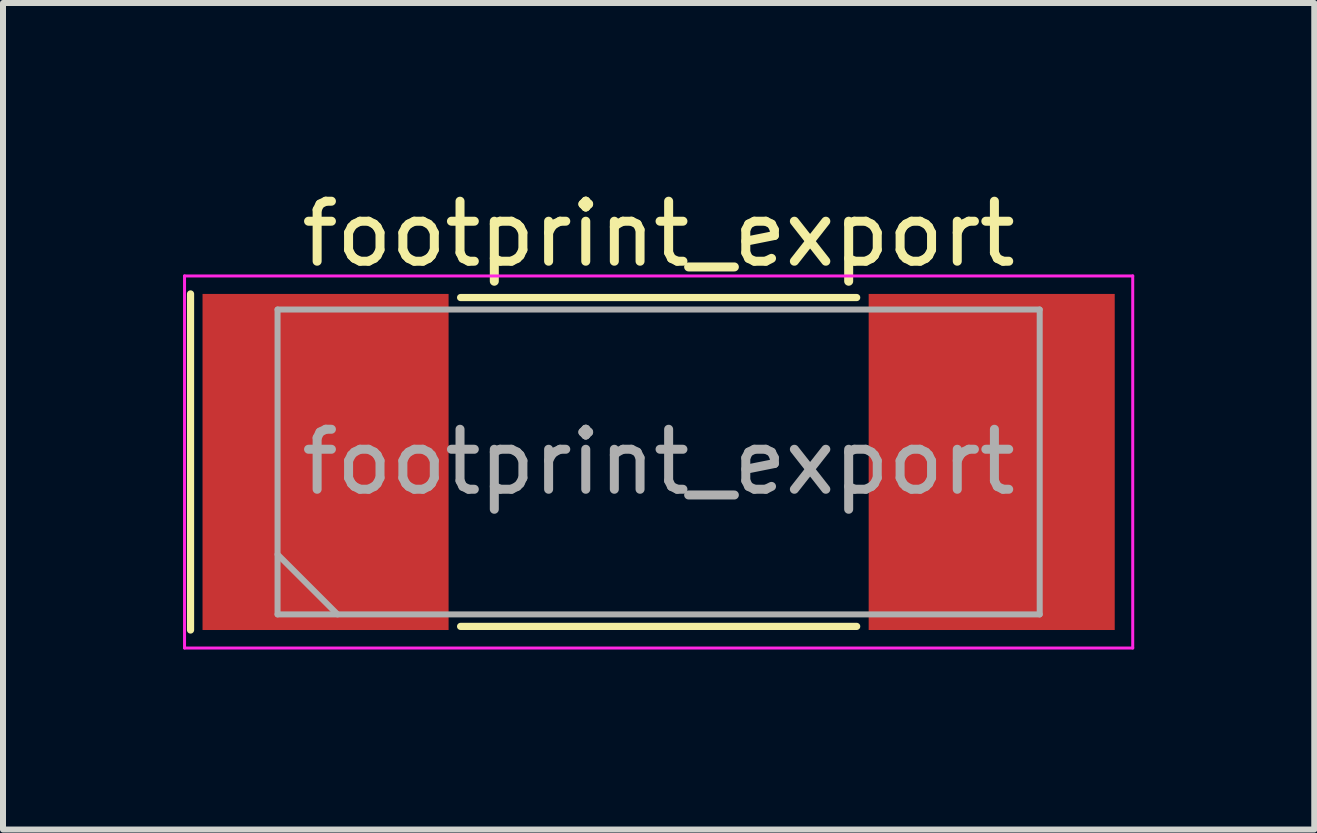
<source format=kicad_pcb>
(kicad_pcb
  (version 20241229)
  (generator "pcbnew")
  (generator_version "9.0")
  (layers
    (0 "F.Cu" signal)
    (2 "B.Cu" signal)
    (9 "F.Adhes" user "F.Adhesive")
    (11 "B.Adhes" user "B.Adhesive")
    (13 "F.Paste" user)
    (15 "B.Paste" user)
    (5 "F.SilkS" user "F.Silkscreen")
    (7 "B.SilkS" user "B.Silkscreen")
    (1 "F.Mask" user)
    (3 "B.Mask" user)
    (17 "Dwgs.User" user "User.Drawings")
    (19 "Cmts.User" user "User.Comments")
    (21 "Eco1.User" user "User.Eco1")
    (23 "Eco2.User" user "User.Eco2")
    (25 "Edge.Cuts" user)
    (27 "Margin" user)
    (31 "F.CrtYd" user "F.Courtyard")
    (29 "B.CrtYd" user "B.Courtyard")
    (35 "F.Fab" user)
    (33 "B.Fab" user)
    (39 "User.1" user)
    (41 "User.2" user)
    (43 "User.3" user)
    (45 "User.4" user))
  (footprint "footprint_export"
    (layer "F.Cu")
    (at 7.925 4.648)
    (property "Reference" "footprint_export" (at 0 -3.8 0) (layer "F.SilkS") (effects (font (size 1 1) (thickness 0.15))))
    (attr smd)
    (fp_line (start -7.8 -2.8) (end -7.8 2.8) (stroke (width 0.12) (type solid)) (layer "F.SilkS"))
    (fp_line (start -3.3 -2.74) (end 3.3 -2.74) (stroke (width 0.12) (type solid)) (layer "F.SilkS"))
    (fp_line (start -3.3 2.74) (end 3.3 2.74) (stroke (width 0.12) (type solid)) (layer "F.SilkS"))
    (fp_line (start -7.9 -3.1) (end -7.9 3.1) (stroke (width 0.05) (type solid)) (layer "F.CrtYd"))
    (fp_line (start -7.9 3.1) (end 7.9 3.1) (stroke (width 0.05) (type solid)) (layer "F.CrtYd"))
    (fp_line (start 7.9 -3.1) (end -7.9 -3.1) (stroke (width 0.05) (type solid)) (layer "F.CrtYd"))
    (fp_line (start 7.9 3.1) (end 7.9 -3.1) (stroke (width 0.05) (type solid)) (layer "F.CrtYd"))
    (fp_line (start -6.35 -2.54) (end -6.35 2.54) (stroke (width 0.1) (type solid)) (layer "F.Fab"))
    (fp_line (start -6.35 1.54) (end -5.35 2.54) (stroke (width 0.1) (type solid)) (layer "F.Fab"))
    (fp_line (start -6.35 2.54) (end 6.35 2.54) (stroke (width 0.1) (type solid)) (layer "F.Fab"))
    (fp_line (start 6.35 -2.54) (end -6.35 -2.54) (stroke (width 0.1) (type solid)) (layer "F.Fab"))
    (fp_line (start 6.35 2.54) (end 6.35 -2.54) (stroke (width 0.1) (type solid)) (layer "F.Fab"))
    (fp_text user "${REFERENCE}" (at 0 0 0) (layer "F.Fab") (effects (font (size 1 1) (thickness 0.15))))
    (pad "1" smd rect (at -5.55 0) (size 4.1 5.6) (layers "F.Cu" "F.Mask" "F.Paste"))
    (pad "2" smd rect (at 5.55 0) (size 4.1 5.6) (layers "F.Cu" "F.Mask" "F.Paste")))
  (gr_rect
    (start -3 -3)
    (end 18.85 10.773)
    (stroke (width 0.1) (type default))
    (fill no)
    (layer "Edge.Cuts")))
</source>
